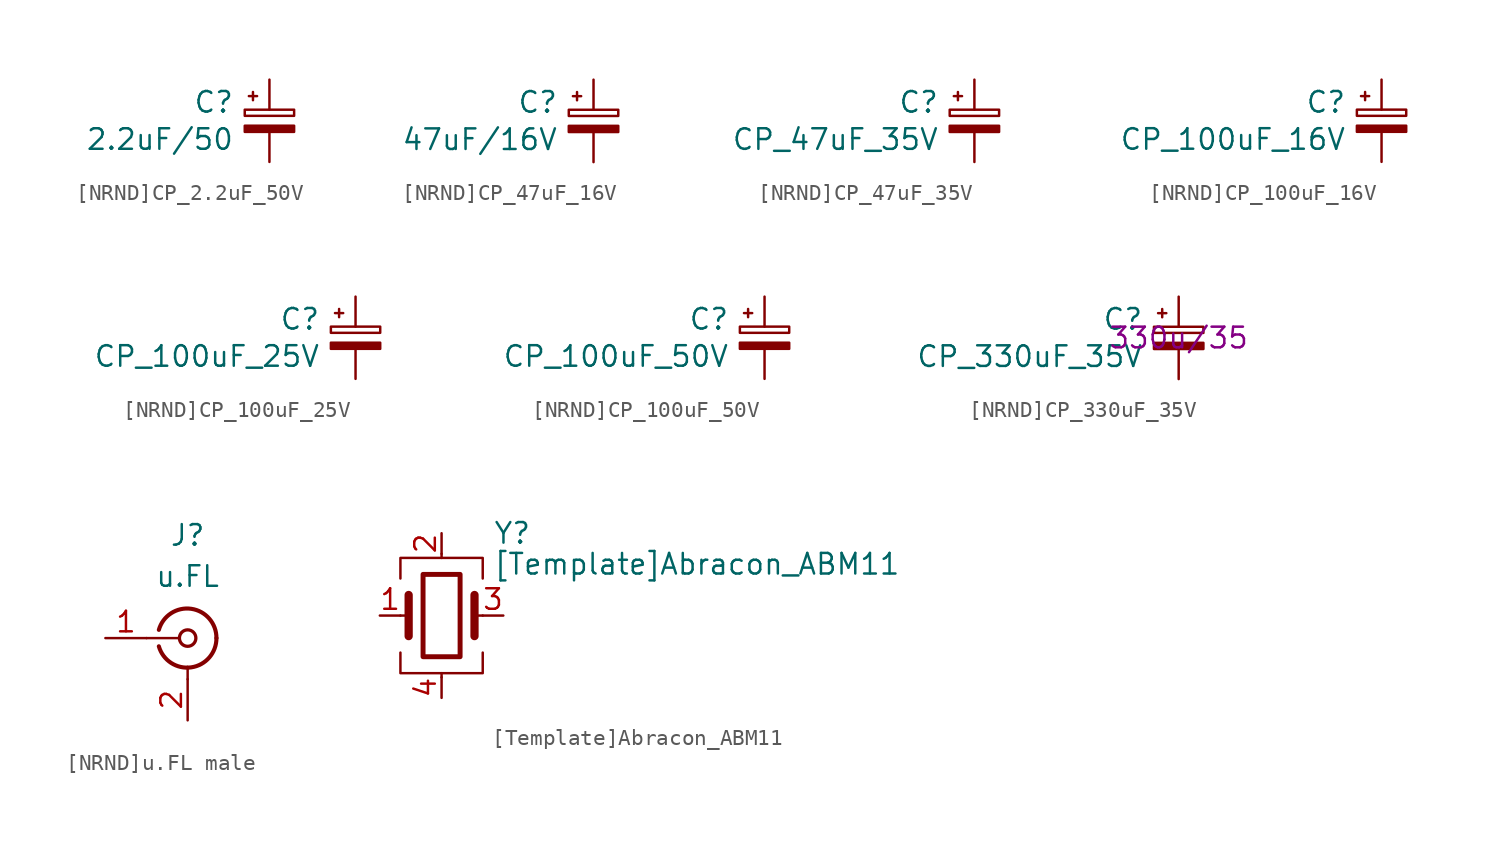
<source format=kicad_sym>
(kicad_symbol_lib
  (version 20220914)
  (generator kicad_symbol_editor)
  (symbol "[NRND]CP_2.2uF_50V"
    (pin_numbers hide)
    (pin_names
      (offset 0.254) hide)
    (property "Reference" "C"
      (at -2.159 1.149 0)
      (effects (font (size 1.27 1.27)) (justify right)))
    (property "Value" "2.2uF/50"
      (at -2.159 -1.149 0)
      (effects (font (size 1.27 1.27)) (justify right)))
    (symbol "[NRND]CP_2.2uF_50V_0_1"
      (rectangle (start -1.524 -0.305) (end 1.524 -0.686) (stroke (width 0) (type default)) (fill (type outline)))
      (rectangle (start -1.524 0.686) (end 1.524 0.305) (stroke (width 0) (type default)) (fill (type none)))
      (polyline (pts (xy -1.27 1.524) (xy -0.762 1.524)) (stroke (width 0) (type default)) (fill (type none)))
      (polyline (pts (xy -1.016 1.27) (xy -1.016 1.778)) (stroke (width 0) (type default)) (fill (type none))))
    (symbol "[NRND]CP_2.2uF_50V_1_1"
      (pin passive line (at 0 2.54 270) (length 1.854) (name "~" (effects (font (size 1.27 1.27)))) (number "1" (effects (font (size 1.27 1.27)))))
      (pin passive line (at 0 -2.54 90) (length 1.854) (name "~" (effects (font (size 1.27 1.27)))) (number "2" (effects (font (size 1.27 1.27)))))))
  (symbol "[NRND]CP_47uF_16V"
    (pin_numbers hide)
    (pin_names
      (offset 0.254) hide)
    (property "Reference" "C"
      (at -2.159 1.149 0)
      (effects (font (size 1.27 1.27)) (justify right)))
    (property "Value" "47uF/16V"
      (at -2.159 -1.149 0)
      (effects (font (size 1.27 1.27)) (justify right)))
    (symbol "[NRND]CP_47uF_16V_0_1"
      (rectangle (start -1.524 -0.305) (end 1.524 -0.686) (stroke (width 0) (type default)) (fill (type outline)))
      (rectangle (start -1.524 0.686) (end 1.524 0.305) (stroke (width 0) (type default)) (fill (type none)))
      (polyline (pts (xy -1.27 1.524) (xy -0.762 1.524)) (stroke (width 0) (type default)) (fill (type none)))
      (polyline (pts (xy -1.016 1.27) (xy -1.016 1.778)) (stroke (width 0) (type default)) (fill (type none))))
    (symbol "[NRND]CP_47uF_16V_1_1"
      (pin passive line (at 0 2.54 270) (length 1.854) (name "~" (effects (font (size 1.27 1.27)))) (number "1" (effects (font (size 1.27 1.27)))))
      (pin passive line (at 0 -2.54 90) (length 1.854) (name "~" (effects (font (size 1.27 1.27)))) (number "2" (effects (font (size 1.27 1.27)))))))
  (symbol "[NRND]CP_47uF_35V"
    (pin_numbers hide)
    (pin_names
      (offset 0.254) hide)
    (property "Reference" "C"
      (at -2.159 1.149 0)
      (effects (font (size 1.27 1.27)) (justify right)))
    (property "Value" "CP_47uF_35V"
      (at -2.159 -1.149 0)
      (effects (font (size 1.27 1.27)) (justify right)))
    (symbol "[NRND]CP_47uF_35V_0_1"
      (rectangle (start -1.524 -0.305) (end 1.524 -0.686) (stroke (width 0) (type default)) (fill (type outline)))
      (rectangle (start -1.524 0.686) (end 1.524 0.305) (stroke (width 0) (type default)) (fill (type none)))
      (polyline (pts (xy -1.27 1.524) (xy -0.762 1.524)) (stroke (width 0) (type default)) (fill (type none)))
      (polyline (pts (xy -1.016 1.27) (xy -1.016 1.778)) (stroke (width 0) (type default)) (fill (type none))))
    (symbol "[NRND]CP_47uF_35V_1_1"
      (pin passive line (at 0 2.54 270) (length 1.854) (name "~" (effects (font (size 1.27 1.27)))) (number "1" (effects (font (size 1.27 1.27)))))
      (pin passive line (at 0 -2.54 90) (length 1.854) (name "~" (effects (font (size 1.27 1.27)))) (number "2" (effects (font (size 1.27 1.27)))))))
  (symbol "[NRND]CP_100uF_16V"
    (pin_numbers hide)
    (pin_names
      (offset 0.254) hide)
    (property "Reference" "C"
      (at -2.159 1.149 0)
      (effects (font (size 1.27 1.27)) (justify right)))
    (property "Value" "CP_100uF_16V"
      (at -2.159 -1.149 0)
      (effects (font (size 1.27 1.27)) (justify right)))
    (symbol "[NRND]CP_100uF_16V_0_1"
      (rectangle (start -1.524 -0.305) (end 1.524 -0.686) (stroke (width 0) (type default)) (fill (type outline)))
      (rectangle (start -1.524 0.686) (end 1.524 0.305) (stroke (width 0) (type default)) (fill (type none)))
      (polyline (pts (xy -1.27 1.524) (xy -0.762 1.524)) (stroke (width 0) (type default)) (fill (type none)))
      (polyline (pts (xy -1.016 1.27) (xy -1.016 1.778)) (stroke (width 0) (type default)) (fill (type none))))
    (symbol "[NRND]CP_100uF_16V_1_1"
      (pin passive line (at 0 2.54 270) (length 1.854) (name "~" (effects (font (size 1.27 1.27)))) (number "1" (effects (font (size 1.27 1.27)))))
      (pin passive line (at 0 -2.54 90) (length 1.854) (name "~" (effects (font (size 1.27 1.27)))) (number "2" (effects (font (size 1.27 1.27)))))))
  (symbol "[NRND]CP_100uF_25V"
    (pin_numbers hide)
    (pin_names
      (offset 0.254) hide)
    (property "Reference" "C"
      (at -2.159 1.149 0)
      (effects (font (size 1.27 1.27)) (justify right)))
    (property "Value" "CP_100uF_25V"
      (at -2.159 -1.149 0)
      (effects (font (size 1.27 1.27)) (justify right)))
    (symbol "[NRND]CP_100uF_25V_0_1"
      (rectangle (start -1.524 -0.305) (end 1.524 -0.686) (stroke (width 0) (type default)) (fill (type outline)))
      (rectangle (start -1.524 0.686) (end 1.524 0.305) (stroke (width 0) (type default)) (fill (type none)))
      (polyline (pts (xy -1.27 1.524) (xy -0.762 1.524)) (stroke (width 0) (type default)) (fill (type none)))
      (polyline (pts (xy -1.016 1.27) (xy -1.016 1.778)) (stroke (width 0) (type default)) (fill (type none))))
    (symbol "[NRND]CP_100uF_25V_1_1"
      (pin passive line (at 0 2.54 270) (length 1.854) (name "~" (effects (font (size 1.27 1.27)))) (number "1" (effects (font (size 1.27 1.27)))))
      (pin passive line (at 0 -2.54 90) (length 1.854) (name "~" (effects (font (size 1.27 1.27)))) (number "2" (effects (font (size 1.27 1.27)))))))
  (symbol "[NRND]CP_100uF_50V"
    (pin_numbers hide)
    (pin_names
      (offset 0.254) hide)
    (property "Reference" "C"
      (at -2.159 1.149 0)
      (effects (font (size 1.27 1.27)) (justify right)))
    (property "Value" "CP_100uF_50V"
      (at -2.159 -1.149 0)
      (effects (font (size 1.27 1.27)) (justify right)))
    (symbol "[NRND]CP_100uF_50V_0_1"
      (rectangle (start -1.524 -0.305) (end 1.524 -0.686) (stroke (width 0) (type default)) (fill (type outline)))
      (rectangle (start -1.524 0.686) (end 1.524 0.305) (stroke (width 0) (type default)) (fill (type none)))
      (polyline (pts (xy -1.27 1.524) (xy -0.762 1.524)) (stroke (width 0) (type default)) (fill (type none)))
      (polyline (pts (xy -1.016 1.27) (xy -1.016 1.778)) (stroke (width 0) (type default)) (fill (type none))))
    (symbol "[NRND]CP_100uF_50V_1_1"
      (pin passive line (at 0 2.54 270) (length 1.854) (name "~" (effects (font (size 1.27 1.27)))) (number "1" (effects (font (size 1.27 1.27)))))
      (pin passive line (at 0 -2.54 90) (length 1.854) (name "~" (effects (font (size 1.27 1.27)))) (number "2" (effects (font (size 1.27 1.27)))))))
  (symbol "[NRND]CP_330uF_35V"
    (pin_numbers hide)
    (pin_names
      (offset 0.254) hide)
    (property "Reference" "C"
      (at -2.159 1.149 0)
      (effects (font (size 1.27 1.27)) (justify right)))
    (property "Value" "CP_330uF_35V"
      (at -2.159 -1.149 0)
      (effects (font (size 1.27 1.27)) (justify right)))
    (property "IPN" "330u/35"
      (at 0 0 0)
      (effects (font (size 1.27 1.27))))
    (symbol "[NRND]CP_330uF_35V_0_1"
      (rectangle (start -1.524 -0.305) (end 1.524 -0.686) (stroke (width 0) (type default)) (fill (type outline)))
      (rectangle (start -1.524 0.686) (end 1.524 0.305) (stroke (width 0) (type default)) (fill (type none)))
      (polyline (pts (xy -1.27 1.524) (xy -0.762 1.524)) (stroke (width 0) (type default)) (fill (type none)))
      (polyline (pts (xy -1.016 1.27) (xy -1.016 1.778)) (stroke (width 0) (type default)) (fill (type none))))
    (symbol "[NRND]CP_330uF_35V_1_1"
      (pin passive line (at 0 2.54 270) (length 1.854) (name "~" (effects (font (size 1.27 1.27)))) (number "1" (effects (font (size 1.27 1.27)))))
      (pin passive line (at 0 -2.54 90) (length 1.854) (name "~" (effects (font (size 1.27 1.27)))) (number "2" (effects (font (size 1.27 1.27)))))))
  (symbol "[NRND]u.FL male"
    (pin_names
      (offset 1.016) hide)
    (property "Reference" "J"
      (at 0 6.35 0)
      (effects (font (size 1.27 1.27))))
    (property "Value" "u.FL"
      (at 0 3.81 0)
      (effects (font (size 1.27 1.27))))
    (symbol "[NRND]u.FL male_0_1"
      (arc (start -1.778 -0.508) (mid 0.222 -1.808) (end 1.778 0) (stroke (width 0.254) (type default)) (fill (type none)))
      (polyline (pts (xy -2.54 0) (xy -0.508 0)) (stroke (width 0) (type default)) (fill (type none)))
      (polyline (pts (xy 0 -2.54) (xy 0 -1.778)) (stroke (width 0) (type default)) (fill (type none)))
      (circle (center 0 0) (radius 0.508) (stroke (width 0.203) (type default)) (fill (type none)))
      (arc (start 1.778 0) (mid 0.222 1.8083) (end -1.778 0.508) (stroke (width 0.254) (type default)) (fill (type none))))
    (symbol "[NRND]u.FL male_1_1"
      (pin passive line (at -5.08 0 0) (length 2.54) (name "In" (effects (font (size 1.27 1.27)))) (number "1" (effects (font (size 1.27 1.27)))))
      (pin passive line (at 0 -5.08 90) (length 2.54) (name "Ext" (effects (font (size 1.27 1.27)))) (number "2" (effects (font (size 1.27 1.27)))))))
  (symbol "[Template]Abracon_ABM11"
    (pin_names
      (offset 1.016) hide)
    (property "Reference" "Y"
      (at 3.175 5.08 0)
      (effects (font (size 1.27 1.27)) (justify left)))
    (property "Value" "[Template]Abracon_ABM11"
      (at 3.175 3.175 0)
      (effects (font (size 1.27 1.27)) (justify left)))
    (symbol "[Template]Abracon_ABM11_0_1"
      (rectangle (start -1.143 2.54) (end 1.143 -2.54) (stroke (width 0.305) (type default)) (fill (type none)))
      (polyline (pts (xy -2.54 0) (xy -2.032 0)) (stroke (width 0) (type default)) (fill (type none)))
      (polyline (pts (xy -2.032 -1.27) (xy -2.032 1.27)) (stroke (width 0.508) (type default)) (fill (type none)))
      (polyline (pts (xy 0 -3.81) (xy 0 -3.556)) (stroke (width 0) (type default)) (fill (type none)))
      (polyline (pts (xy 0 3.556) (xy 0 3.81)) (stroke (width 0) (type default)) (fill (type none)))
      (polyline (pts (xy 2.032 -1.27) (xy 2.032 1.27)) (stroke (width 0.508) (type default)) (fill (type none)))
      (polyline (pts (xy 2.032 0) (xy 2.54 0)) (stroke (width 0) (type default)) (fill (type none)))
      (polyline (pts (xy -2.54 -2.286) (xy -2.54 -3.556) (xy 2.54 -3.556) (xy 2.54 -2.286)) (stroke (width 0) (type default)) (fill (type none)))
      (polyline (pts (xy -2.54 2.286) (xy -2.54 3.556) (xy 2.54 3.556) (xy 2.54 2.286)) (stroke (width 0) (type default)) (fill (type none))))
    (symbol "[Template]Abracon_ABM11_1_1"
      (pin passive line (at -3.81 0 0) (length 1.27) (name "1" (effects (font (size 1.27 1.27)))) (number "1" (effects (font (size 1.27 1.27)))))
      (pin passive line (at 0 5.08 270) (length 1.27) (name "2" (effects (font (size 1.27 1.27)))) (number "2" (effects (font (size 1.27 1.27)))))
      (pin passive line (at 3.81 0 180) (length 1.27) (name "3" (effects (font (size 1.27 1.27)))) (number "3" (effects (font (size 1.27 1.27)))))
      (pin passive line (at 0 -5.08 90) (length 1.27) (name "4" (effects (font (size 1.27 1.27)))) (number "4" (effects (font (size 1.27 1.27))))))))
</source>
